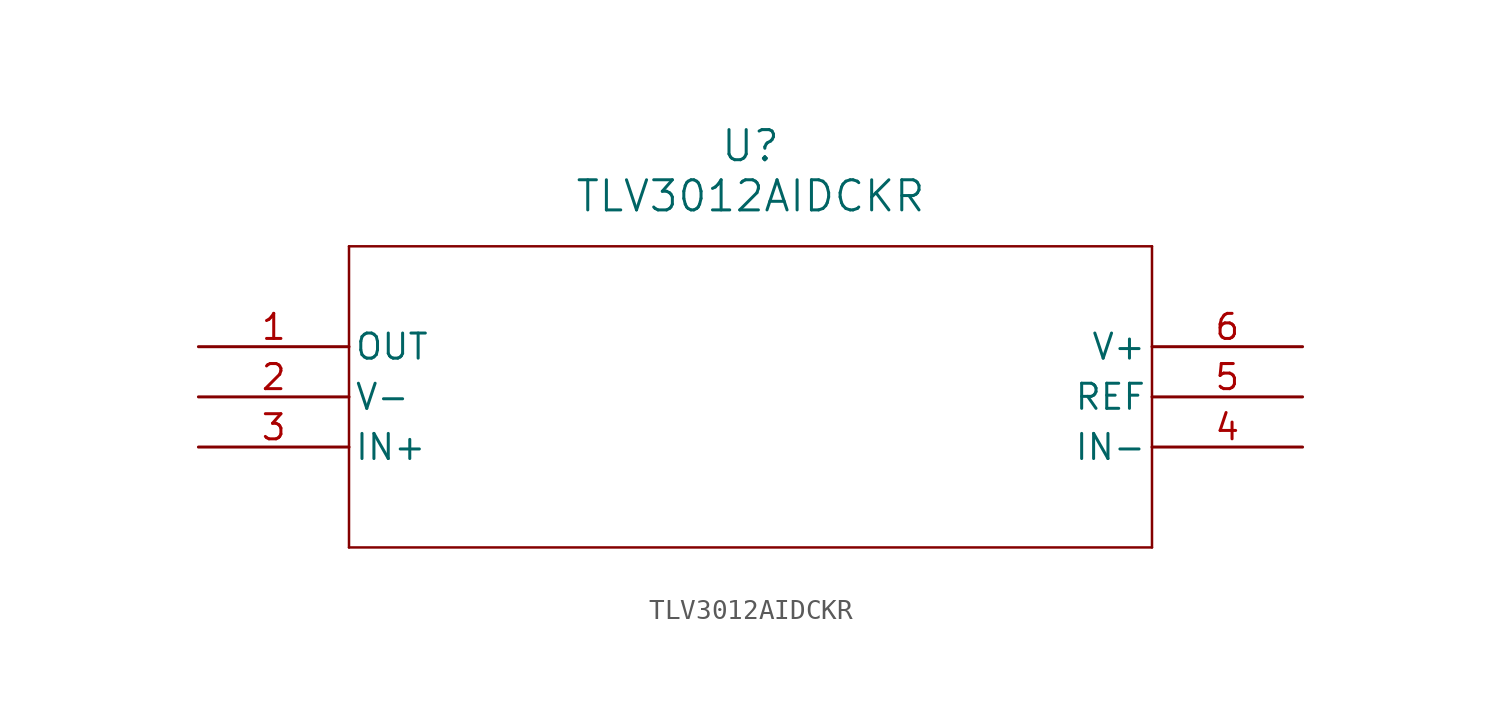
<source format=kicad_sym>
(kicad_symbol_lib
  (version 20211014)
  (generator kicad_symbol_editor)
  (symbol "TLV3012AIDCKR"
    (pin_names
      (offset 0.254))
    (property "Reference" "U"
      (at 27.94 10.16 0)
      (effects (font (size 1.524 1.524))))
    (property "Value" "TLV3012AIDCKR"
      (at 27.94 7.62 0)
      (effects (font (size 1.524 1.524))))
    (symbol "TLV3012AIDCKR_0_1"
      (polyline (pts (xy 7.62 5.08) (xy 7.62 -10.16)) (stroke (width 0.127) (type default) (color 0 0 0 0)) (fill (type none)))
      (polyline (pts (xy 7.62 -10.16) (xy 48.26 -10.16)) (stroke (width 0.127) (type default) (color 0 0 0 0)) (fill (type none)))
      (polyline (pts (xy 48.26 -10.16) (xy 48.26 5.08)) (stroke (width 0.127) (type default) (color 0 0 0 0)) (fill (type none)))
      (polyline (pts (xy 48.26 5.08) (xy 7.62 5.08)) (stroke (width 0.127) (type default) (color 0 0 0 0)) (fill (type none)))
      (pin output line (at 0 0 0) (length 7.62) (name "OUT" (effects (font (size 1.27 1.27)))) (number "1" (effects (font (size 1.27 1.27)))))
      (pin power_in line (at 0 -2.54 0) (length 7.62) (name "V-" (effects (font (size 1.27 1.27)))) (number "2" (effects (font (size 1.27 1.27)))))
      (pin input line (at 0 -5.08 0) (length 7.62) (name "IN+" (effects (font (size 1.27 1.27)))) (number "3" (effects (font (size 1.27 1.27)))))
      (pin input line (at 55.88 -5.08 180) (length 7.62) (name "IN-" (effects (font (size 1.27 1.27)))) (number "4" (effects (font (size 1.27 1.27)))))
      (pin power_in line (at 55.88 -2.54 180) (length 7.62) (name "REF" (effects (font (size 1.27 1.27)))) (number "5" (effects (font (size 1.27 1.27)))))
      (pin power_in line (at 55.88 0 180) (length 7.62) (name "V+" (effects (font (size 1.27 1.27)))) (number "6" (effects (font (size 1.27 1.27))))))))
</source>
